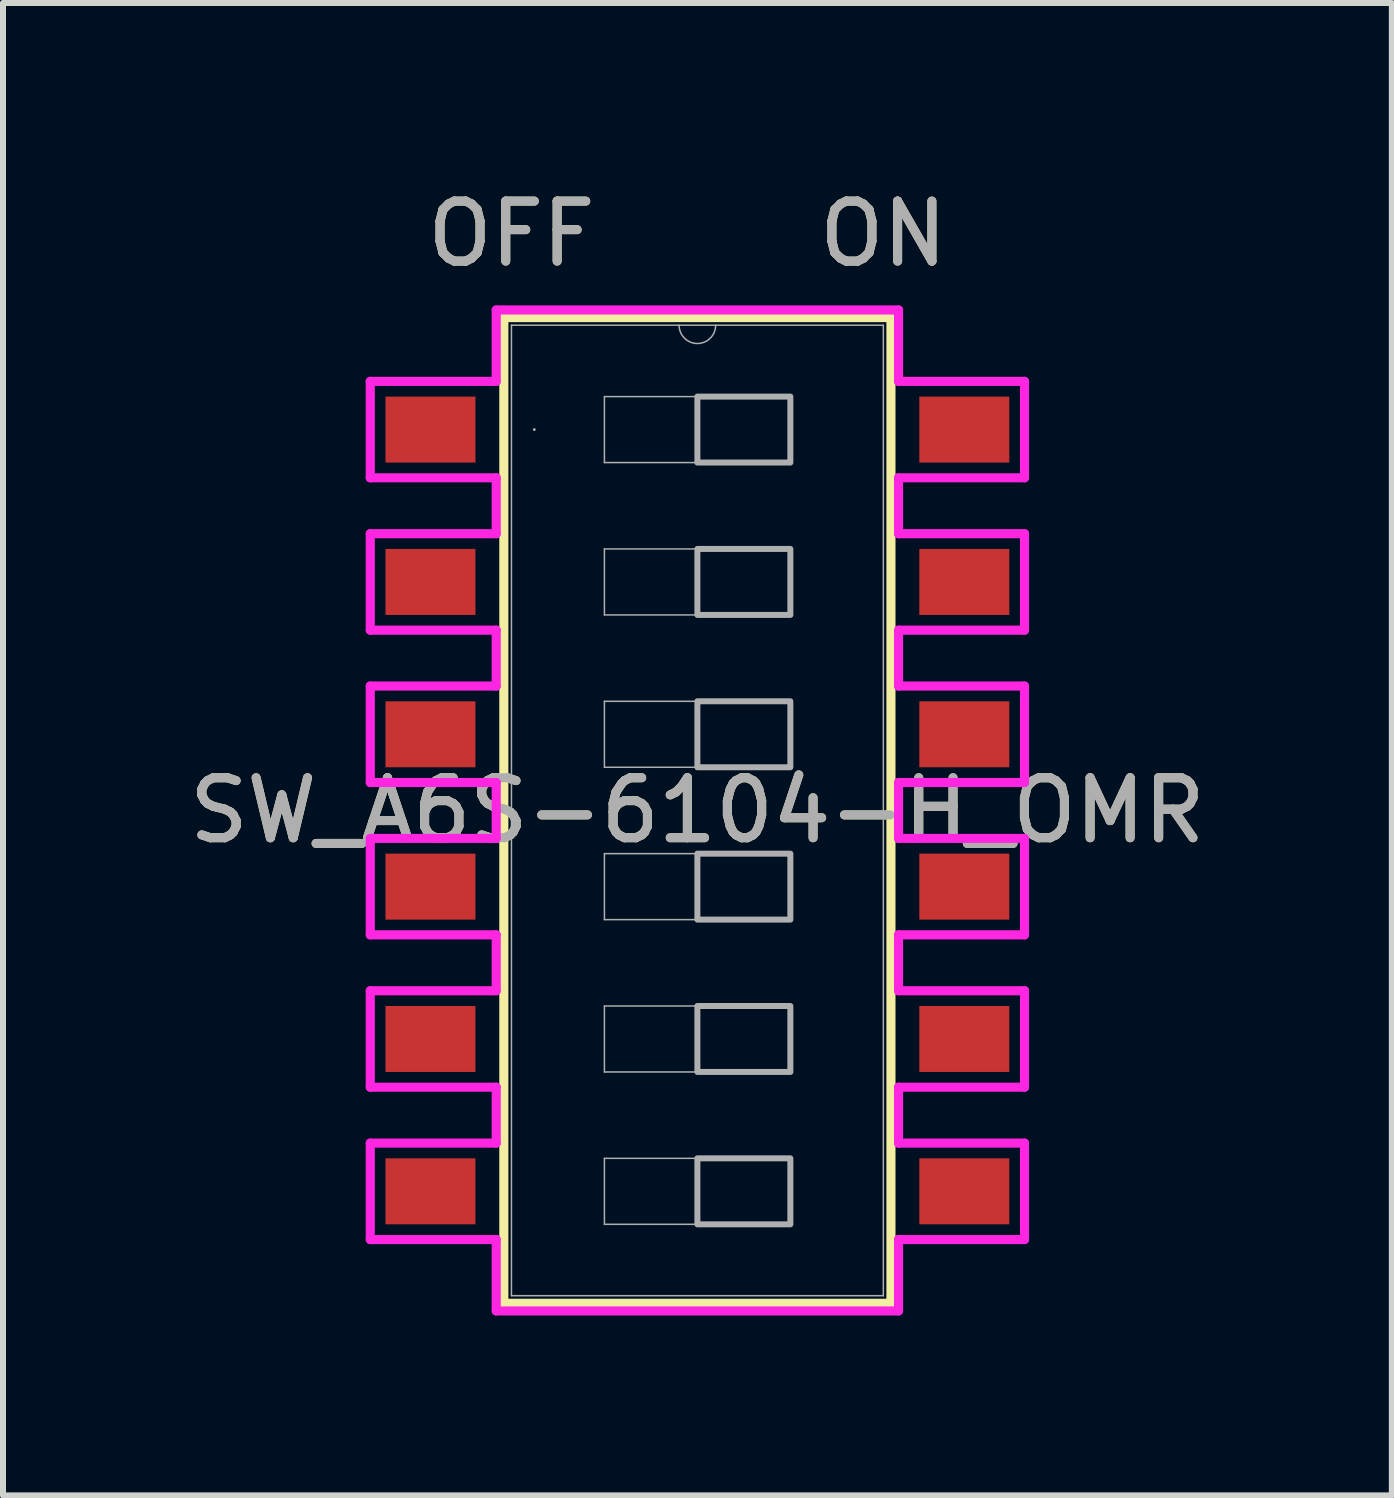
<source format=kicad_pcb>
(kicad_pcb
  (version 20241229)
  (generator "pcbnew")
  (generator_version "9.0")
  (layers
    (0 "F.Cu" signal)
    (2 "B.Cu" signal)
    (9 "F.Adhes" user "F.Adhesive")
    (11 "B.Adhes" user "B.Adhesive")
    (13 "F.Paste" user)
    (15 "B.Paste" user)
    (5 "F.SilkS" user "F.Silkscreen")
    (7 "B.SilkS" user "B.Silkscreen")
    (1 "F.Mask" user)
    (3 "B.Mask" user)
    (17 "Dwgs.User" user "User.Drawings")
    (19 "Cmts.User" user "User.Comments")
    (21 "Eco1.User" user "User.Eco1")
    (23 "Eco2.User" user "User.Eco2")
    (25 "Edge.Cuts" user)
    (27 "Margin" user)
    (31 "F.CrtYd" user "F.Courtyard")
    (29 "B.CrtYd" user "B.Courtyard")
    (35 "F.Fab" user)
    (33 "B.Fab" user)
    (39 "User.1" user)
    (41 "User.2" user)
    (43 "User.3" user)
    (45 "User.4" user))
  (footprint "SW_A6S-6104-H_OMR"
    (layer "F.Cu")
    (at 8.577 10.462)
    (property "Reference" "SW_A6S-6104-H_OMR" (at 0 0 0) (unlocked yes) (layer "F.SilkS") (effects (font (size 1 1) (thickness 0.15))))
    (attr smd)
    (fp_line (start -3.227 -8.217) (end -3.227 8.217) (stroke (width 0.152) (type solid)) (layer "F.SilkS"))
    (fp_line (start -3.227 8.217) (end 3.227 8.217) (stroke (width 0.152) (type solid)) (layer "F.SilkS"))
    (fp_line (start 3.227 -8.217) (end -3.227 -8.217) (stroke (width 0.152) (type solid)) (layer "F.SilkS"))
    (fp_line (start 3.227 8.217) (end 3.227 -8.217) (stroke (width 0.152) (type solid)) (layer "F.SilkS"))
    (fp_line (start -5.454 -7.154) (end -5.454 -5.546) (stroke (width 0.152) (type solid)) (layer "F.CrtYd"))
    (fp_line (start -5.454 -5.546) (end -3.354 -5.546) (stroke (width 0.152) (type solid)) (layer "F.CrtYd"))
    (fp_line (start -5.454 -4.614) (end -5.454 -3.006) (stroke (width 0.152) (type solid)) (layer "F.CrtYd"))
    (fp_line (start -5.454 -3.006) (end -3.354 -3.006) (stroke (width 0.152) (type solid)) (layer "F.CrtYd"))
    (fp_line (start -5.454 -2.074) (end -5.454 -0.466) (stroke (width 0.152) (type solid)) (layer "F.CrtYd"))
    (fp_line (start -5.454 -0.466) (end -3.354 -0.466) (stroke (width 0.152) (type solid)) (layer "F.CrtYd"))
    (fp_line (start -5.454 0.466) (end -5.454 2.074) (stroke (width 0.152) (type solid)) (layer "F.CrtYd"))
    (fp_line (start -5.454 2.074) (end -3.354 2.074) (stroke (width 0.152) (type solid)) (layer "F.CrtYd"))
    (fp_line (start -5.454 3.006) (end -5.454 4.614) (stroke (width 0.152) (type solid)) (layer "F.CrtYd"))
    (fp_line (start -5.454 4.614) (end -3.354 4.614) (stroke (width 0.152) (type solid)) (layer "F.CrtYd"))
    (fp_line (start -5.454 5.546) (end -5.454 7.154) (stroke (width 0.152) (type solid)) (layer "F.CrtYd"))
    (fp_line (start -5.454 7.154) (end -3.354 7.154) (stroke (width 0.152) (type solid)) (layer "F.CrtYd"))
    (fp_line (start -3.354 -8.344) (end -3.354 -7.154) (stroke (width 0.152) (type solid)) (layer "F.CrtYd"))
    (fp_line (start -3.354 -7.154) (end -5.454 -7.154) (stroke (width 0.152) (type solid)) (layer "F.CrtYd"))
    (fp_line (start -3.354 -5.546) (end -3.354 -4.614) (stroke (width 0.152) (type solid)) (layer "F.CrtYd"))
    (fp_line (start -3.354 -4.614) (end -5.454 -4.614) (stroke (width 0.152) (type solid)) (layer "F.CrtYd"))
    (fp_line (start -3.354 -3.006) (end -3.354 -2.074) (stroke (width 0.152) (type solid)) (layer "F.CrtYd"))
    (fp_line (start -3.354 -2.074) (end -5.454 -2.074) (stroke (width 0.152) (type solid)) (layer "F.CrtYd"))
    (fp_line (start -3.354 -0.466) (end -3.354 0.466) (stroke (width 0.152) (type solid)) (layer "F.CrtYd"))
    (fp_line (start -3.354 0.466) (end -5.454 0.466) (stroke (width 0.152) (type solid)) (layer "F.CrtYd"))
    (fp_line (start -3.354 2.074) (end -3.354 3.006) (stroke (width 0.152) (type solid)) (layer "F.CrtYd"))
    (fp_line (start -3.354 3.006) (end -5.454 3.006) (stroke (width 0.152) (type solid)) (layer "F.CrtYd"))
    (fp_line (start -3.354 4.614) (end -3.354 5.546) (stroke (width 0.152) (type solid)) (layer "F.CrtYd"))
    (fp_line (start -3.354 5.546) (end -5.454 5.546) (stroke (width 0.152) (type solid)) (layer "F.CrtYd"))
    (fp_line (start -3.354 7.154) (end -3.354 8.344) (stroke (width 0.152) (type solid)) (layer "F.CrtYd"))
    (fp_line (start -3.354 8.344) (end 3.354 8.344) (stroke (width 0.152) (type solid)) (layer "F.CrtYd"))
    (fp_line (start 3.354 -8.344) (end -3.354 -8.344) (stroke (width 0.152) (type solid)) (layer "F.CrtYd"))
    (fp_line (start 3.354 -7.154) (end 3.354 -8.344) (stroke (width 0.152) (type solid)) (layer "F.CrtYd"))
    (fp_line (start 3.354 -5.546) (end 5.454 -5.546) (stroke (width 0.152) (type solid)) (layer "F.CrtYd"))
    (fp_line (start 3.354 -4.614) (end 3.354 -5.546) (stroke (width 0.152) (type solid)) (layer "F.CrtYd"))
    (fp_line (start 3.354 -3.006) (end 5.454 -3.006) (stroke (width 0.152) (type solid)) (layer "F.CrtYd"))
    (fp_line (start 3.354 -2.074) (end 3.354 -3.006) (stroke (width 0.152) (type solid)) (layer "F.CrtYd"))
    (fp_line (start 3.354 -0.466) (end 5.454 -0.466) (stroke (width 0.152) (type solid)) (layer "F.CrtYd"))
    (fp_line (start 3.354 0.466) (end 3.354 -0.466) (stroke (width 0.152) (type solid)) (layer "F.CrtYd"))
    (fp_line (start 3.354 2.074) (end 5.454 2.074) (stroke (width 0.152) (type solid)) (layer "F.CrtYd"))
    (fp_line (start 3.354 3.006) (end 3.354 2.074) (stroke (width 0.152) (type solid)) (layer "F.CrtYd"))
    (fp_line (start 3.354 4.614) (end 5.454 4.614) (stroke (width 0.152) (type solid)) (layer "F.CrtYd"))
    (fp_line (start 3.354 5.546) (end 3.354 4.614) (stroke (width 0.152) (type solid)) (layer "F.CrtYd"))
    (fp_line (start 3.354 7.154) (end 5.454 7.154) (stroke (width 0.152) (type solid)) (layer "F.CrtYd"))
    (fp_line (start 3.354 8.344) (end 3.354 7.154) (stroke (width 0.152) (type solid)) (layer "F.CrtYd"))
    (fp_line (start 5.454 -7.154) (end 3.354 -7.154) (stroke (width 0.152) (type solid)) (layer "F.CrtYd"))
    (fp_line (start 5.454 -5.546) (end 5.454 -7.154) (stroke (width 0.152) (type solid)) (layer "F.CrtYd"))
    (fp_line (start 5.454 -4.614) (end 3.354 -4.614) (stroke (width 0.152) (type solid)) (layer "F.CrtYd"))
    (fp_line (start 5.454 -3.006) (end 5.454 -4.614) (stroke (width 0.152) (type solid)) (layer "F.CrtYd"))
    (fp_line (start 5.454 -2.074) (end 3.354 -2.074) (stroke (width 0.152) (type solid)) (layer "F.CrtYd"))
    (fp_line (start 5.454 -0.466) (end 5.454 -2.074) (stroke (width 0.152) (type solid)) (layer "F.CrtYd"))
    (fp_line (start 5.454 0.466) (end 3.354 0.466) (stroke (width 0.152) (type solid)) (layer "F.CrtYd"))
    (fp_line (start 5.454 2.074) (end 5.454 0.466) (stroke (width 0.152) (type solid)) (layer "F.CrtYd"))
    (fp_line (start 5.454 3.006) (end 3.354 3.006) (stroke (width 0.152) (type solid)) (layer "F.CrtYd"))
    (fp_line (start 5.454 4.614) (end 5.454 3.006) (stroke (width 0.152) (type solid)) (layer "F.CrtYd"))
    (fp_line (start 5.454 5.546) (end 3.354 5.546) (stroke (width 0.152) (type solid)) (layer "F.CrtYd"))
    (fp_line (start 5.454 7.154) (end 5.454 5.546) (stroke (width 0.152) (type solid)) (layer "F.CrtYd"))
    (fp_line (start -3.1 -8.09) (end -3.1 8.09) (stroke (width 0.025) (type solid)) (layer "F.Fab"))
    (fp_line (start -3.1 8.09) (end 3.1 8.09) (stroke (width 0.025) (type solid)) (layer "F.Fab"))
    (fp_line (start -1.55 -6.9) (end 1.55 -6.9) (stroke (width 0.025) (type solid)) (layer "F.Fab"))
    (fp_line (start -1.55 -5.8) (end -1.55 -6.9) (stroke (width 0.025) (type solid)) (layer "F.Fab"))
    (fp_line (start -1.55 -4.36) (end 1.55 -4.36) (stroke (width 0.025) (type solid)) (layer "F.Fab"))
    (fp_line (start -1.55 -3.26) (end -1.55 -4.36) (stroke (width 0.025) (type solid)) (layer "F.Fab"))
    (fp_line (start -1.55 -1.82) (end 1.55 -1.82) (stroke (width 0.025) (type solid)) (layer "F.Fab"))
    (fp_line (start -1.55 -0.72) (end -1.55 -1.82) (stroke (width 0.025) (type solid)) (layer "F.Fab"))
    (fp_line (start -1.55 0.72) (end 1.55 0.72) (stroke (width 0.025) (type solid)) (layer "F.Fab"))
    (fp_line (start -1.55 1.82) (end -1.55 0.72) (stroke (width 0.025) (type solid)) (layer "F.Fab"))
    (fp_line (start -1.55 3.26) (end 1.55 3.26) (stroke (width 0.025) (type solid)) (layer "F.Fab"))
    (fp_line (start -1.55 4.36) (end -1.55 3.26) (stroke (width 0.025) (type solid)) (layer "F.Fab"))
    (fp_line (start -1.55 5.8) (end 1.55 5.8) (stroke (width 0.025) (type solid)) (layer "F.Fab"))
    (fp_line (start -1.55 6.9) (end -1.55 5.8) (stroke (width 0.025) (type solid)) (layer "F.Fab"))
    (fp_line (start 1.55 -6.9) (end 1.55 -5.8) (stroke (width 0.025) (type solid)) (layer "F.Fab"))
    (fp_line (start 1.55 -5.8) (end -1.55 -5.8) (stroke (width 0.025) (type solid)) (layer "F.Fab"))
    (fp_line (start 1.55 -4.36) (end 1.55 -3.26) (stroke (width 0.025) (type solid)) (layer "F.Fab"))
    (fp_line (start 1.55 -3.26) (end -1.55 -3.26) (stroke (width 0.025) (type solid)) (layer "F.Fab"))
    (fp_line (start 1.55 -1.82) (end 1.55 -0.72) (stroke (width 0.025) (type solid)) (layer "F.Fab"))
    (fp_line (start 1.55 -0.72) (end -1.55 -0.72) (stroke (width 0.025) (type solid)) (layer "F.Fab"))
    (fp_line (start 1.55 0.72) (end 1.55 1.82) (stroke (width 0.025) (type solid)) (layer "F.Fab"))
    (fp_line (start 1.55 1.82) (end -1.55 1.82) (stroke (width 0.025) (type solid)) (layer "F.Fab"))
    (fp_line (start 1.55 3.26) (end 1.55 4.36) (stroke (width 0.025) (type solid)) (layer "F.Fab"))
    (fp_line (start 1.55 4.36) (end -1.55 4.36) (stroke (width 0.025) (type solid)) (layer "F.Fab"))
    (fp_line (start 1.55 5.8) (end 1.55 6.9) (stroke (width 0.025) (type solid)) (layer "F.Fab"))
    (fp_line (start 1.55 6.9) (end -1.55 6.9) (stroke (width 0.025) (type solid)) (layer "F.Fab"))
    (fp_line (start 3.1 -8.09) (end -3.1 -8.09) (stroke (width 0.025) (type solid)) (layer "F.Fab"))
    (fp_line (start 3.1 8.09) (end 3.1 -8.09) (stroke (width 0.025) (type solid)) (layer "F.Fab"))
    (fp_arc (start 0.3048 -8.089999) (mid 0 -7.785199) (end -0.3048 -8.089999) (stroke (width 0.0254) (type solid)) (layer "F.Fab"))
    (fp_circle (center -2.719 -6.35) (end -2.719 -6.35) (stroke (width 0.025) (type solid)) (fill no) (layer "F.Fab"))
    (fp_poly (pts (xy 0 -6.9) (xy 1.55 -6.9) (xy 1.55 -5.8) (xy 0 -5.8)) (stroke (width 0.1) (type solid)) (fill no) (layer "F.Fab"))
    (fp_poly (pts (xy 0 -4.36) (xy 1.55 -4.36) (xy 1.55 -3.26) (xy 0 -3.26)) (stroke (width 0.1) (type solid)) (fill no) (layer "F.Fab"))
    (fp_poly (pts (xy 0 -1.82) (xy 1.55 -1.82) (xy 1.55 -0.72) (xy 0 -0.72)) (stroke (width 0.1) (type solid)) (fill no) (layer "F.Fab"))
    (fp_poly (pts (xy 0 0.72) (xy 1.55 0.72) (xy 1.55 1.82) (xy 0 1.82)) (stroke (width 0.1) (type solid)) (fill no) (layer "F.Fab"))
    (fp_poly (pts (xy 0 3.26) (xy 1.55 3.26) (xy 1.55 4.36) (xy 0 4.36)) (stroke (width 0.1) (type solid)) (fill no) (layer "F.Fab"))
    (fp_poly (pts (xy 0 5.8) (xy 1.55 5.8) (xy 1.55 6.9) (xy 0 6.9)) (stroke (width 0.1) (type solid)) (fill no) (layer "F.Fab"))
    (fp_text user "ON" (at 3.1 -9.614 0) (unlocked yes) (layer "F.SilkS") (effects (font (size 1 1) (thickness 0.15))))
    (fp_text user "OFF" (at -3.1 -9.614 0) (unlocked yes) (layer "F.SilkS") (effects (font (size 1 1) (thickness 0.15))))
    (fp_text user "OFF" (at -3.1 -9.614 0) (unlocked yes) (layer "F.Fab") (effects (font (size 1 1) (thickness 0.15))))
    (fp_text user "ON" (at 3.1 -9.614 0) (unlocked yes) (layer "F.Fab") (effects (font (size 1 1) (thickness 0.15))))
    (fp_text user "${REFERENCE}" (at 0 0 0) (unlocked yes) (layer "F.Fab") (effects (font (size 1 1) (thickness 0.15))))
    (pad "1" smd rect (at -4.45 -6.35) (size 1.5 1.1) (layers "F.Cu" "F.Mask" "F.Paste"))
    (pad "2" smd rect (at -4.45 -3.81) (size 1.5 1.1) (layers "F.Cu" "F.Mask" "F.Paste"))
    (pad "3" smd rect (at -4.45 -1.27) (size 1.5 1.1) (layers "F.Cu" "F.Mask" "F.Paste"))
    (pad "4" smd rect (at -4.45 1.27) (size 1.5 1.1) (layers "F.Cu" "F.Mask" "F.Paste"))
    (pad "5" smd rect (at -4.45 3.81) (size 1.5 1.1) (layers "F.Cu" "F.Mask" "F.Paste"))
    (pad "6" smd rect (at -4.45 6.35) (size 1.5 1.1) (layers "F.Cu" "F.Mask" "F.Paste"))
    (pad "7" smd rect (at 4.45 6.35) (size 1.5 1.1) (layers "F.Cu" "F.Mask" "F.Paste"))
    (pad "8" smd rect (at 4.45 3.81) (size 1.5 1.1) (layers "F.Cu" "F.Mask" "F.Paste"))
    (pad "9" smd rect (at 4.45 1.27) (size 1.5 1.1) (layers "F.Cu" "F.Mask" "F.Paste"))
    (pad "10" smd rect (at 4.45 -1.27) (size 1.5 1.1) (layers "F.Cu" "F.Mask" "F.Paste"))
    (pad "11" smd rect (at 4.45 -3.81) (size 1.5 1.1) (layers "F.Cu" "F.Mask" "F.Paste"))
    (pad "12" smd rect (at 4.45 -6.35) (size 1.5 1.1) (layers "F.Cu" "F.Mask" "F.Paste")))
  (gr_rect
    (start -3 -3)
    (end 20.155 21.882)
    (stroke (width 0.1) (type default))
    (fill no)
    (layer "Edge.Cuts")))
</source>
